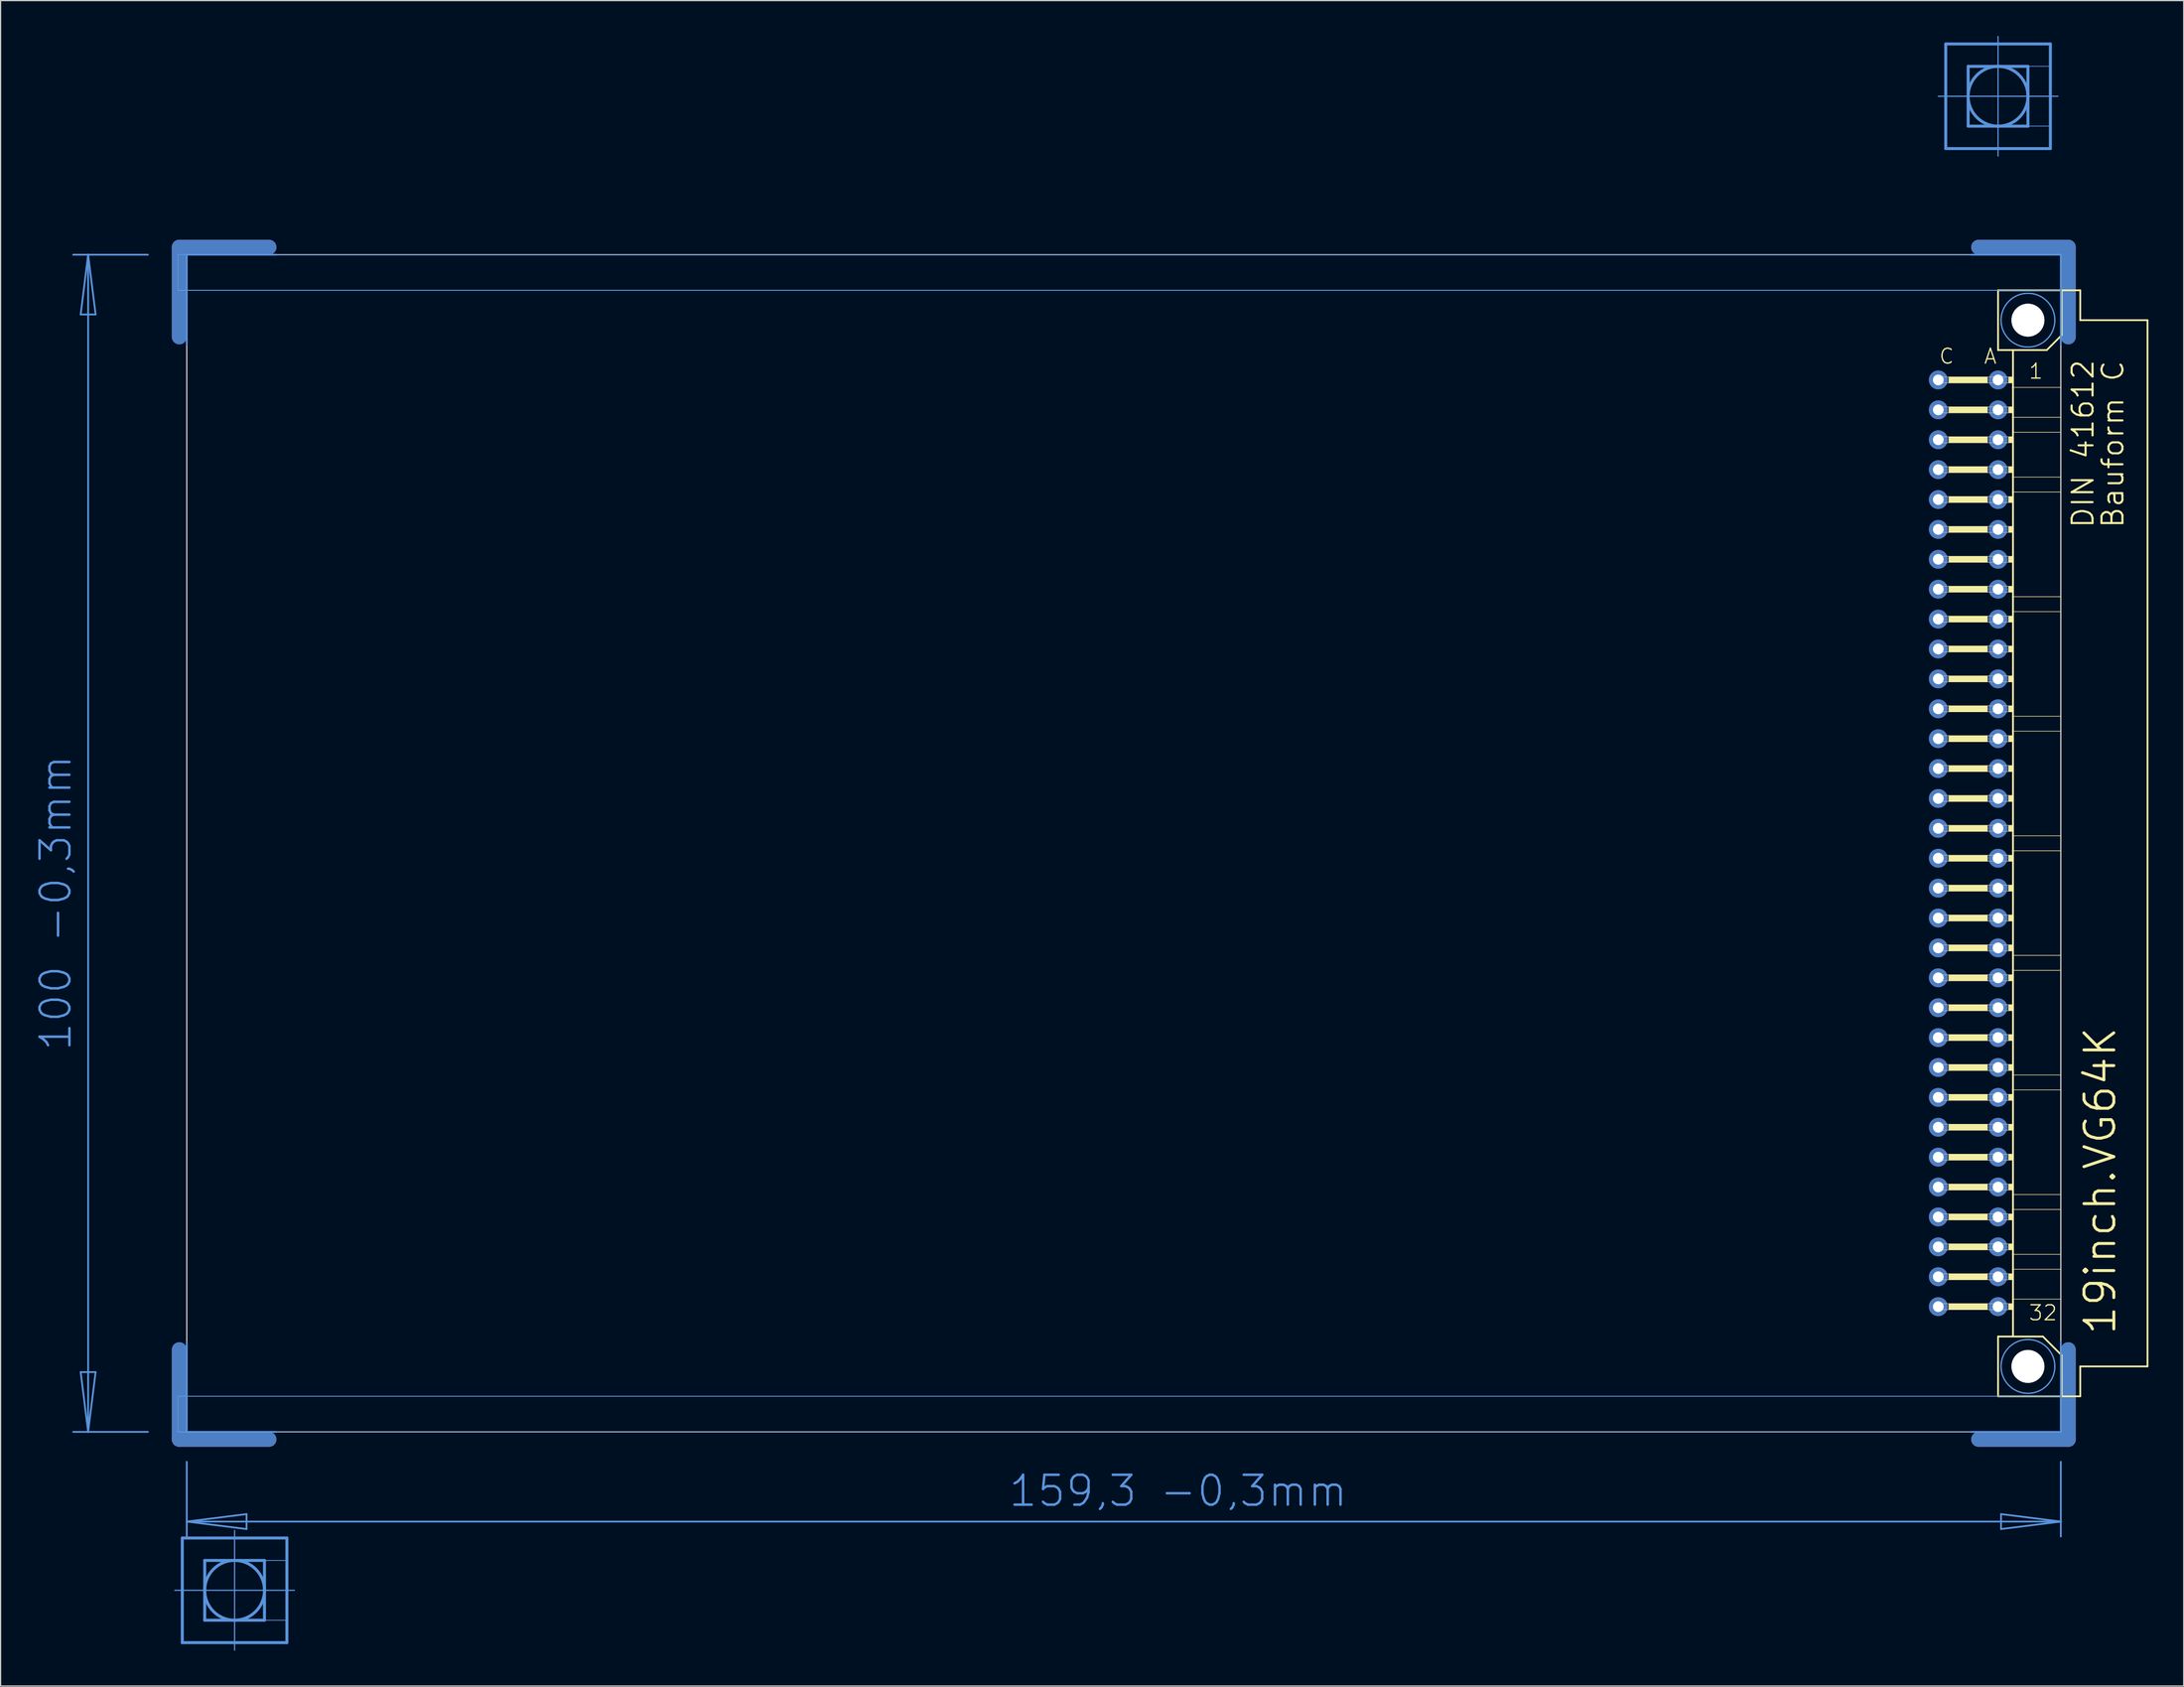
<source format=kicad_pcb>
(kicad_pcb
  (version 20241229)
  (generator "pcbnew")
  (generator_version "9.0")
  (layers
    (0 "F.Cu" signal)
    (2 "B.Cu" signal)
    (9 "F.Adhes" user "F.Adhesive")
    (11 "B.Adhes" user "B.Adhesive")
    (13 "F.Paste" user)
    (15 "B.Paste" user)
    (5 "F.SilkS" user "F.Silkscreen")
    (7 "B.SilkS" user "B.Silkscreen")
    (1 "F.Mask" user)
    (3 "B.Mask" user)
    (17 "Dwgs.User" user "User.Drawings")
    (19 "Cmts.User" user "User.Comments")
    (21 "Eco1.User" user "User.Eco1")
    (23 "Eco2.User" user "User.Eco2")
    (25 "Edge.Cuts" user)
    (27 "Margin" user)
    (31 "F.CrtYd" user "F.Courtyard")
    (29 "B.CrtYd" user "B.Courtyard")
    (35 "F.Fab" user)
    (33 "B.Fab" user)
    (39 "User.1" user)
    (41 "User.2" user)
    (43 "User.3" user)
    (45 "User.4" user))
  (footprint "19inch.VG64K"
    (layer "F.Cu")
    (at 11.806 68.605)
    (property "Reference" "19inch.VG64K" (at 165.1 41.91 90) (layer "F.SilkS") (effects (font (size 2.54 2.54) (thickness 0.25)) (justify left bottom)))
    (attr through_hole)
    (fp_line (start 0.381 -43.028) (end 0.381 -50.648) (stroke (width 1.27) (type default)) (layer "F.Cu"))
    (fp_line (start 0.381 43.028) (end 0.381 50.648) (stroke (width 1.27) (type default)) (layer "F.Cu"))
    (fp_line (start 8.001 -50.648) (end 0.381 -50.648) (stroke (width 1.27) (type default)) (layer "F.Cu"))
    (fp_line (start 8.001 50.648) (end 0.381 50.648) (stroke (width 1.27) (type default)) (layer "F.Cu"))
    (fp_line (start 153.289 -50.648) (end 160.909 -50.648) (stroke (width 1.27) (type default)) (layer "F.Cu"))
    (fp_line (start 153.289 50.648) (end 160.909 50.648) (stroke (width 1.27) (type default)) (layer "F.Cu"))
    (fp_line (start 160.909 -43.028) (end 160.909 -50.648) (stroke (width 1.27) (type default)) (layer "F.Cu"))
    (fp_line (start 160.909 43.028) (end 160.909 50.648) (stroke (width 1.27) (type default)) (layer "F.Cu"))
    (fp_line (start 1.016 -42.393) (end 1.016 -50.013) (stroke (width 0.152) (type default)) (layer "F.Mask"))
    (fp_line (start 1.016 42.393) (end 1.016 50.013) (stroke (width 0.152) (type default)) (layer "F.Mask"))
    (fp_line (start 8.636 -50.013) (end 1.016 -50.013) (stroke (width 0.152) (type default)) (layer "F.Mask"))
    (fp_line (start 8.636 50.013) (end 1.016 50.013) (stroke (width 0.152) (type default)) (layer "F.Mask"))
    (fp_line (start 152.654 -50.013) (end 160.274 -50.013) (stroke (width 0.152) (type default)) (layer "F.Mask"))
    (fp_line (start 152.654 50.013) (end 160.274 50.013) (stroke (width 0.152) (type default)) (layer "F.Mask"))
    (fp_line (start 160.274 -42.393) (end 160.274 -50.013) (stroke (width 0.152) (type default)) (layer "F.Mask"))
    (fp_line (start 160.274 42.393) (end 160.274 50.013) (stroke (width 0.152) (type default)) (layer "F.Mask"))
    (fp_line (start 0.381 -43.028) (end 0.381 -50.648) (stroke (width 1.27) (type default)) (layer "B.Cu"))
    (fp_line (start 0.381 43.028) (end 0.381 50.648) (stroke (width 1.27) (type default)) (layer "B.Cu"))
    (fp_line (start 8.001 -50.648) (end 0.381 -50.648) (stroke (width 1.27) (type default)) (layer "B.Cu"))
    (fp_line (start 8.001 50.648) (end 0.381 50.648) (stroke (width 1.27) (type default)) (layer "B.Cu"))
    (fp_line (start 153.289 -50.648) (end 160.909 -50.648) (stroke (width 1.27) (type default)) (layer "B.Cu"))
    (fp_line (start 153.289 50.648) (end 160.909 50.648) (stroke (width 1.27) (type default)) (layer "B.Cu"))
    (fp_line (start 160.909 -43.028) (end 160.909 -50.648) (stroke (width 1.27) (type default)) (layer "B.Cu"))
    (fp_line (start 160.909 43.028) (end 160.909 50.648) (stroke (width 1.27) (type default)) (layer "B.Cu"))
    (fp_line (start 1.016 -50.013) (end 8.636 -50.013) (stroke (width 0.152) (type default)) (layer "B.Mask"))
    (fp_line (start 1.016 -42.393) (end 1.016 -50.013) (stroke (width 0.152) (type default)) (layer "B.Mask"))
    (fp_line (start 1.016 50.013) (end 1.016 42.393) (stroke (width 0.152) (type default)) (layer "B.Mask"))
    (fp_line (start 8.636 50.013) (end 1.016 50.013) (stroke (width 0.152) (type default)) (layer "B.Mask"))
    (fp_line (start 152.654 -50.013) (end 160.274 -50.013) (stroke (width 0.152) (type default)) (layer "B.Mask"))
    (fp_line (start 160.274 -50.013) (end 160.274 -42.393) (stroke (width 0.152) (type default)) (layer "B.Mask"))
    (fp_line (start 160.274 42.393) (end 160.274 50.013) (stroke (width 0.152) (type default)) (layer "B.Mask"))
    (fp_line (start 160.274 50.013) (end 152.654 50.013) (stroke (width 0.152) (type default)) (layer "B.Mask"))
    (fp_line (start 154.94 -46.99) (end 154.94 -41.91) (stroke (width 0.152) (type default)) (layer "F.SilkS"))
    (fp_line (start 154.94 -41.91) (end 156.21 -41.91) (stroke (width 0.152) (type default)) (layer "F.SilkS"))
    (fp_line (start 154.94 41.91) (end 154.94 46.99) (stroke (width 0.152) (type default)) (layer "F.SilkS"))
    (fp_line (start 154.94 41.91) (end 156.21 41.91) (stroke (width 0.152) (type default)) (layer "F.SilkS"))
    (fp_line (start 154.94 46.99) (end 160.35 46.99) (stroke (width 0.152) (type default)) (layer "F.SilkS"))
    (fp_line (start 156.21 -41.91) (end 156.21 -38.735) (stroke (width 0.152) (type default)) (layer "F.SilkS"))
    (fp_line (start 156.21 -41.91) (end 159.08 -41.91) (stroke (width 0.152) (type default)) (layer "F.SilkS"))
    (fp_line (start 156.21 -38.735) (end 156.21 -36.195) (stroke (width 0.152) (type default)) (layer "F.SilkS"))
    (fp_line (start 156.21 -36.195) (end 156.21 -34.925) (stroke (width 0.152) (type default)) (layer "F.SilkS"))
    (fp_line (start 156.21 -34.925) (end 156.21 -31.115) (stroke (width 0.152) (type default)) (layer "F.SilkS"))
    (fp_line (start 156.21 -31.115) (end 156.21 -29.845) (stroke (width 0.152) (type default)) (layer "F.SilkS"))
    (fp_line (start 156.21 -29.845) (end 156.21 -20.955) (stroke (width 0.152) (type default)) (layer "F.SilkS"))
    (fp_line (start 156.21 -20.955) (end 156.21 -19.685) (stroke (width 0.152) (type default)) (layer "F.SilkS"))
    (fp_line (start 156.21 -19.685) (end 156.21 -10.795) (stroke (width 0.152) (type default)) (layer "F.SilkS"))
    (fp_line (start 156.21 -10.795) (end 156.21 -9.525) (stroke (width 0.152) (type default)) (layer "F.SilkS"))
    (fp_line (start 156.21 -9.525) (end 156.21 -0.635) (stroke (width 0.152) (type default)) (layer "F.SilkS"))
    (fp_line (start 156.21 -0.635) (end 156.21 0.635) (stroke (width 0.152) (type default)) (layer "F.SilkS"))
    (fp_line (start 156.21 0.635) (end 156.21 9.525) (stroke (width 0.152) (type default)) (layer "F.SilkS"))
    (fp_line (start 156.21 9.525) (end 156.21 10.795) (stroke (width 0.152) (type default)) (layer "F.SilkS"))
    (fp_line (start 156.21 10.795) (end 156.21 19.685) (stroke (width 0.152) (type default)) (layer "F.SilkS"))
    (fp_line (start 156.21 19.685) (end 156.21 20.955) (stroke (width 0.152) (type default)) (layer "F.SilkS"))
    (fp_line (start 156.21 20.955) (end 156.21 29.845) (stroke (width 0.152) (type default)) (layer "F.SilkS"))
    (fp_line (start 156.21 29.845) (end 156.21 31.115) (stroke (width 0.152) (type default)) (layer "F.SilkS"))
    (fp_line (start 156.21 31.115) (end 156.21 34.925) (stroke (width 0.152) (type default)) (layer "F.SilkS"))
    (fp_line (start 156.21 34.925) (end 156.21 36.195) (stroke (width 0.152) (type default)) (layer "F.SilkS"))
    (fp_line (start 156.21 36.195) (end 156.21 38.735) (stroke (width 0.152) (type default)) (layer "F.SilkS"))
    (fp_line (start 156.21 38.735) (end 156.21 41.91) (stroke (width 0.152) (type default)) (layer "F.SilkS"))
    (fp_line (start 156.21 41.91) (end 158.75 41.91) (stroke (width 0.152) (type default)) (layer "F.SilkS"))
    (fp_line (start 159.08 -41.91) (end 160.35 -43.18) (stroke (width 0.152) (type default)) (layer "F.SilkS"))
    (fp_line (start 160.274 -38.735) (end 156.21 -38.735) (stroke (width 0.051) (type default)) (layer "F.SilkS"))
    (fp_line (start 160.274 -38.735) (end 160.274 -36.195) (stroke (width 0.051) (type default)) (layer "F.SilkS"))
    (fp_line (start 160.274 -36.195) (end 156.21 -36.195) (stroke (width 0.051) (type default)) (layer "F.SilkS"))
    (fp_line (start 160.274 -34.925) (end 156.21 -34.925) (stroke (width 0.051) (type default)) (layer "F.SilkS"))
    (fp_line (start 160.274 -34.925) (end 160.274 -31.115) (stroke (width 0.051) (type default)) (layer "F.SilkS"))
    (fp_line (start 160.274 -31.115) (end 156.21 -31.115) (stroke (width 0.051) (type default)) (layer "F.SilkS"))
    (fp_line (start 160.274 -29.845) (end 156.21 -29.845) (stroke (width 0.051) (type default)) (layer "F.SilkS"))
    (fp_line (start 160.274 -29.845) (end 160.274 -20.955) (stroke (width 0.051) (type default)) (layer "F.SilkS"))
    (fp_line (start 160.274 -20.955) (end 156.21 -20.955) (stroke (width 0.051) (type default)) (layer "F.SilkS"))
    (fp_line (start 160.274 -19.685) (end 156.21 -19.685) (stroke (width 0.051) (type default)) (layer "F.SilkS"))
    (fp_line (start 160.274 -19.685) (end 160.274 -10.795) (stroke (width 0.051) (type default)) (layer "F.SilkS"))
    (fp_line (start 160.274 -10.795) (end 156.21 -10.795) (stroke (width 0.051) (type default)) (layer "F.SilkS"))
    (fp_line (start 160.274 -9.525) (end 156.21 -9.525) (stroke (width 0.051) (type default)) (layer "F.SilkS"))
    (fp_line (start 160.274 -9.525) (end 160.274 -0.635) (stroke (width 0.051) (type default)) (layer "F.SilkS"))
    (fp_line (start 160.274 -0.635) (end 156.21 -0.635) (stroke (width 0.051) (type default)) (layer "F.SilkS"))
    (fp_line (start 160.274 0.635) (end 156.21 0.635) (stroke (width 0.051) (type default)) (layer "F.SilkS"))
    (fp_line (start 160.274 0.635) (end 160.274 9.525) (stroke (width 0.051) (type default)) (layer "F.SilkS"))
    (fp_line (start 160.274 9.525) (end 156.21 9.525) (stroke (width 0.051) (type default)) (layer "F.SilkS"))
    (fp_line (start 160.274 10.795) (end 156.21 10.795) (stroke (width 0.051) (type default)) (layer "F.SilkS"))
    (fp_line (start 160.274 10.795) (end 160.274 19.685) (stroke (width 0.051) (type default)) (layer "F.SilkS"))
    (fp_line (start 160.274 19.685) (end 156.21 19.685) (stroke (width 0.051) (type default)) (layer "F.SilkS"))
    (fp_line (start 160.274 20.955) (end 156.21 20.955) (stroke (width 0.051) (type default)) (layer "F.SilkS"))
    (fp_line (start 160.274 20.955) (end 160.274 29.845) (stroke (width 0.051) (type default)) (layer "F.SilkS"))
    (fp_line (start 160.274 29.845) (end 156.21 29.845) (stroke (width 0.051) (type default)) (layer "F.SilkS"))
    (fp_line (start 160.274 31.115) (end 156.21 31.115) (stroke (width 0.051) (type default)) (layer "F.SilkS"))
    (fp_line (start 160.274 31.115) (end 160.274 34.925) (stroke (width 0.051) (type default)) (layer "F.SilkS"))
    (fp_line (start 160.274 34.925) (end 156.21 34.925) (stroke (width 0.051) (type default)) (layer "F.SilkS"))
    (fp_line (start 160.274 36.195) (end 156.21 36.195) (stroke (width 0.051) (type default)) (layer "F.SilkS"))
    (fp_line (start 160.274 36.195) (end 160.274 38.735) (stroke (width 0.051) (type default)) (layer "F.SilkS"))
    (fp_line (start 160.274 38.735) (end 156.21 38.735) (stroke (width 0.051) (type default)) (layer "F.SilkS"))
    (fp_line (start 160.35 -46.99) (end 154.94 -46.99) (stroke (width 0.152) (type default)) (layer "F.SilkS"))
    (fp_line (start 160.35 -43.18) (end 160.35 -46.99) (stroke (width 0.152) (type default)) (layer "F.SilkS"))
    (fp_line (start 160.35 43.51) (end 158.75 41.91) (stroke (width 0.152) (type default)) (layer "F.SilkS"))
    (fp_line (start 160.35 43.51) (end 160.35 46.99) (stroke (width 0.152) (type default)) (layer "F.SilkS"))
    (fp_line (start 160.35 46.99) (end 161.925 46.99) (stroke (width 0.152) (type default)) (layer "F.SilkS"))
    (fp_line (start 161.925 -46.99) (end 160.35 -46.99) (stroke (width 0.152) (type default)) (layer "F.SilkS"))
    (fp_line (start 161.925 -44.45) (end 161.925 -46.99) (stroke (width 0.152) (type default)) (layer "F.SilkS"))
    (fp_line (start 161.925 44.45) (end 167.64 44.45) (stroke (width 0.152) (type default)) (layer "F.SilkS"))
    (fp_line (start 161.925 46.99) (end 161.925 44.45) (stroke (width 0.152) (type default)) (layer "F.SilkS"))
    (fp_line (start 167.64 -44.45) (end 161.925 -44.45) (stroke (width 0.152) (type default)) (layer "F.SilkS"))
    (fp_line (start 167.64 44.45) (end 167.64 -44.45) (stroke (width 0.152) (type default)) (layer "F.SilkS"))
    (fp_rect (start 150.749 -39.116) (end 154.051 -39.624) (stroke (width 0.05) (type default)) (fill yes) (layer "F.SilkS"))
    (fp_rect (start 150.749 -36.576) (end 154.051 -37.084) (stroke (width 0.05) (type default)) (fill yes) (layer "F.SilkS"))
    (fp_rect (start 150.749 -34.036) (end 154.051 -34.544) (stroke (width 0.05) (type default)) (fill yes) (layer "F.SilkS"))
    (fp_rect (start 150.749 -31.496) (end 154.051 -32.004) (stroke (width 0.05) (type default)) (fill yes) (layer "F.SilkS"))
    (fp_rect (start 150.749 -28.956) (end 154.051 -29.464) (stroke (width 0.05) (type default)) (fill yes) (layer "F.SilkS"))
    (fp_rect (start 150.749 -26.416) (end 154.051 -26.924) (stroke (width 0.05) (type default)) (fill yes) (layer "F.SilkS"))
    (fp_rect (start 150.749 -23.876) (end 154.051 -24.384) (stroke (width 0.05) (type default)) (fill yes) (layer "F.SilkS"))
    (fp_rect (start 150.749 -21.336) (end 154.051 -21.844) (stroke (width 0.05) (type default)) (fill yes) (layer "F.SilkS"))
    (fp_rect (start 150.749 -18.796) (end 154.051 -19.304) (stroke (width 0.05) (type default)) (fill yes) (layer "F.SilkS"))
    (fp_rect (start 150.749 -16.256) (end 154.051 -16.764) (stroke (width 0.05) (type default)) (fill yes) (layer "F.SilkS"))
    (fp_rect (start 150.749 -13.716) (end 154.051 -14.224) (stroke (width 0.05) (type default)) (fill yes) (layer "F.SilkS"))
    (fp_rect (start 150.749 -11.176) (end 154.051 -11.684) (stroke (width 0.05) (type default)) (fill yes) (layer "F.SilkS"))
    (fp_rect (start 150.749 -8.636) (end 154.051 -9.144) (stroke (width 0.05) (type default)) (fill yes) (layer "F.SilkS"))
    (fp_rect (start 150.749 -6.096) (end 154.051 -6.604) (stroke (width 0.05) (type default)) (fill yes) (layer "F.SilkS"))
    (fp_rect (start 150.749 -3.556) (end 154.051 -4.064) (stroke (width 0.05) (type default)) (fill yes) (layer "F.SilkS"))
    (fp_rect (start 150.749 -1.016) (end 154.051 -1.524) (stroke (width 0.05) (type default)) (fill yes) (layer "F.SilkS"))
    (fp_rect (start 150.749 1.524) (end 154.051 1.016) (stroke (width 0.05) (type default)) (fill yes) (layer "F.SilkS"))
    (fp_rect (start 150.749 4.064) (end 154.051 3.556) (stroke (width 0.05) (type default)) (fill yes) (layer "F.SilkS"))
    (fp_rect (start 150.749 6.604) (end 154.051 6.096) (stroke (width 0.05) (type default)) (fill yes) (layer "F.SilkS"))
    (fp_rect (start 150.749 9.144) (end 154.051 8.636) (stroke (width 0.05) (type default)) (fill yes) (layer "F.SilkS"))
    (fp_rect (start 150.749 11.684) (end 154.051 11.176) (stroke (width 0.05) (type default)) (fill yes) (layer "F.SilkS"))
    (fp_rect (start 150.749 14.224) (end 154.051 13.716) (stroke (width 0.05) (type default)) (fill yes) (layer "F.SilkS"))
    (fp_rect (start 150.749 16.764) (end 154.051 16.256) (stroke (width 0.05) (type default)) (fill yes) (layer "F.SilkS"))
    (fp_rect (start 150.749 19.304) (end 154.051 18.796) (stroke (width 0.05) (type default)) (fill yes) (layer "F.SilkS"))
    (fp_rect (start 150.749 21.844) (end 154.051 21.336) (stroke (width 0.05) (type default)) (fill yes) (layer "F.SilkS"))
    (fp_rect (start 150.749 24.384) (end 154.051 23.876) (stroke (width 0.05) (type default)) (fill yes) (layer "F.SilkS"))
    (fp_rect (start 150.749 26.924) (end 154.051 26.416) (stroke (width 0.05) (type default)) (fill yes) (layer "F.SilkS"))
    (fp_rect (start 150.749 29.464) (end 154.051 28.956) (stroke (width 0.05) (type default)) (fill yes) (layer "F.SilkS"))
    (fp_rect (start 150.749 32.004) (end 154.051 31.496) (stroke (width 0.05) (type default)) (fill yes) (layer "F.SilkS"))
    (fp_rect (start 150.749 34.544) (end 154.051 34.036) (stroke (width 0.05) (type default)) (fill yes) (layer "F.SilkS"))
    (fp_rect (start 150.749 37.084) (end 154.051 36.576) (stroke (width 0.05) (type default)) (fill yes) (layer "F.SilkS"))
    (fp_rect (start 150.749 39.624) (end 154.051 39.116) (stroke (width 0.05) (type default)) (fill yes) (layer "F.SilkS"))
    (fp_rect (start 155.829 -39.116) (end 156.21 -39.624) (stroke (width 0.05) (type default)) (fill yes) (layer "F.SilkS"))
    (fp_rect (start 155.829 -36.576) (end 156.21 -37.084) (stroke (width 0.05) (type default)) (fill yes) (layer "F.SilkS"))
    (fp_rect (start 155.829 -34.036) (end 156.21 -34.544) (stroke (width 0.05) (type default)) (fill yes) (layer "F.SilkS"))
    (fp_rect (start 155.829 -31.496) (end 156.21 -32.004) (stroke (width 0.05) (type default)) (fill yes) (layer "F.SilkS"))
    (fp_rect (start 155.829 -28.956) (end 156.21 -29.464) (stroke (width 0.05) (type default)) (fill yes) (layer "F.SilkS"))
    (fp_rect (start 155.829 -26.416) (end 156.21 -26.924) (stroke (width 0.05) (type default)) (fill yes) (layer "F.SilkS"))
    (fp_rect (start 155.829 -23.876) (end 156.21 -24.384) (stroke (width 0.05) (type default)) (fill yes) (layer "F.SilkS"))
    (fp_rect (start 155.829 -21.336) (end 156.21 -21.844) (stroke (width 0.05) (type default)) (fill yes) (layer "F.SilkS"))
    (fp_rect (start 155.829 -18.796) (end 156.21 -19.304) (stroke (width 0.05) (type default)) (fill yes) (layer "F.SilkS"))
    (fp_rect (start 155.829 -16.256) (end 156.21 -16.764) (stroke (width 0.05) (type default)) (fill yes) (layer "F.SilkS"))
    (fp_rect (start 155.829 -13.716) (end 156.21 -14.224) (stroke (width 0.05) (type default)) (fill yes) (layer "F.SilkS"))
    (fp_rect (start 155.829 -11.176) (end 156.21 -11.684) (stroke (width 0.05) (type default)) (fill yes) (layer "F.SilkS"))
    (fp_rect (start 155.829 -8.636) (end 156.21 -9.144) (stroke (width 0.05) (type default)) (fill yes) (layer "F.SilkS"))
    (fp_rect (start 155.829 -6.096) (end 156.21 -6.604) (stroke (width 0.05) (type default)) (fill yes) (layer "F.SilkS"))
    (fp_rect (start 155.829 -3.556) (end 156.21 -4.064) (stroke (width 0.05) (type default)) (fill yes) (layer "F.SilkS"))
    (fp_rect (start 155.829 -1.016) (end 156.21 -1.524) (stroke (width 0.05) (type default)) (fill yes) (layer "F.SilkS"))
    (fp_rect (start 155.829 1.524) (end 156.21 1.016) (stroke (width 0.05) (type default)) (fill yes) (layer "F.SilkS"))
    (fp_rect (start 155.829 4.064) (end 156.21 3.556) (stroke (width 0.05) (type default)) (fill yes) (layer "F.SilkS"))
    (fp_rect (start 155.829 6.604) (end 156.21 6.096) (stroke (width 0.05) (type default)) (fill yes) (layer "F.SilkS"))
    (fp_rect (start 155.829 9.144) (end 156.21 8.636) (stroke (width 0.05) (type default)) (fill yes) (layer "F.SilkS"))
    (fp_rect (start 155.829 11.684) (end 156.21 11.176) (stroke (width 0.05) (type default)) (fill yes) (layer "F.SilkS"))
    (fp_rect (start 155.829 14.224) (end 156.21 13.716) (stroke (width 0.05) (type default)) (fill yes) (layer "F.SilkS"))
    (fp_rect (start 155.829 16.764) (end 156.21 16.256) (stroke (width 0.05) (type default)) (fill yes) (layer "F.SilkS"))
    (fp_rect (start 155.829 19.304) (end 156.21 18.796) (stroke (width 0.05) (type default)) (fill yes) (layer "F.SilkS"))
    (fp_rect (start 155.829 21.844) (end 156.21 21.336) (stroke (width 0.05) (type default)) (fill yes) (layer "F.SilkS"))
    (fp_rect (start 155.829 24.384) (end 156.21 23.876) (stroke (width 0.05) (type default)) (fill yes) (layer "F.SilkS"))
    (fp_rect (start 155.829 26.924) (end 156.21 26.416) (stroke (width 0.05) (type default)) (fill yes) (layer "F.SilkS"))
    (fp_rect (start 155.829 29.464) (end 156.21 28.956) (stroke (width 0.05) (type default)) (fill yes) (layer "F.SilkS"))
    (fp_rect (start 155.829 32.004) (end 156.21 31.496) (stroke (width 0.05) (type default)) (fill yes) (layer "F.SilkS"))
    (fp_rect (start 155.829 34.544) (end 156.21 34.036) (stroke (width 0.05) (type default)) (fill yes) (layer "F.SilkS"))
    (fp_rect (start 155.829 37.084) (end 156.21 36.576) (stroke (width 0.05) (type default)) (fill yes) (layer "F.SilkS"))
    (fp_rect (start 155.829 39.624) (end 156.21 39.116) (stroke (width 0.05) (type default)) (fill yes) (layer "F.SilkS"))
    (fp_circle (center 157.48 -44.45) (end 158.75 -44.45) (stroke (width 0.152) (type default)) (fill no) (layer "F.SilkS"))
    (fp_circle (center 157.48 44.45) (end 158.75 44.45) (stroke (width 0.152) (type default)) (fill no) (layer "F.SilkS"))
    (fp_line (start -8.636 -50.013) (end -7.366 -50.013) (stroke (width 0.152) (type default)) (layer "Cmts.User"))
    (fp_line (start -8.636 50.013) (end -7.366 50.013) (stroke (width 0.152) (type default)) (layer "Cmts.User"))
    (fp_line (start -8.001 -44.933) (end -7.366 -50.013) (stroke (width 0.152) (type default)) (layer "Cmts.User"))
    (fp_line (start -8.001 44.933) (end -6.731 44.933) (stroke (width 0.152) (type default)) (layer "Cmts.User"))
    (fp_line (start -7.366 -50.013) (end -6.731 -44.933) (stroke (width 0.152) (type default)) (layer "Cmts.User"))
    (fp_line (start -7.366 -50.013) (end -2.286 -50.013) (stroke (width 0.152) (type default)) (layer "Cmts.User"))
    (fp_line (start -7.366 50.013) (end -8.001 44.933) (stroke (width 0.152) (type default)) (layer "Cmts.User"))
    (fp_line (start -7.366 50.013) (end -7.366 -50.013) (stroke (width 0.152) (type default)) (layer "Cmts.User"))
    (fp_line (start -7.366 50.013) (end -2.286 50.013) (stroke (width 0.152) (type default)) (layer "Cmts.User"))
    (fp_line (start -6.731 -44.933) (end -8.001 -44.933) (stroke (width 0.152) (type default)) (layer "Cmts.User"))
    (fp_line (start -6.731 44.933) (end -7.366 50.013) (stroke (width 0.152) (type default)) (layer "Cmts.User"))
    (fp_line (start 0 63.475) (end 0.635 63.475) (stroke (width 0.102) (type default)) (layer "Cmts.User"))
    (fp_line (start 0.635 59.03) (end 9.525 59.03) (stroke (width 0.254) (type default)) (layer "Cmts.User"))
    (fp_line (start 0.635 63.475) (end 0.635 59.03) (stroke (width 0.254) (type default)) (layer "Cmts.User"))
    (fp_line (start 0.635 63.475) (end 10.16 63.475) (stroke (width 0.102) (type default)) (layer "Cmts.User"))
    (fp_line (start 0.635 67.92) (end 0.635 63.475) (stroke (width 0.254) (type default)) (layer "Cmts.User"))
    (fp_line (start 1.016 -50.013) (end 8.636 -50.013) (stroke (width 0.152) (type default)) (layer "Cmts.User"))
    (fp_line (start 1.016 -42.393) (end 1.016 -50.013) (stroke (width 0.152) (type default)) (layer "Cmts.User"))
    (fp_line (start 1.016 50.013) (end 1.016 42.393) (stroke (width 0.152) (type default)) (layer "Cmts.User"))
    (fp_line (start 1.016 57.633) (end 1.016 52.553) (stroke (width 0.152) (type default)) (layer "Cmts.User"))
    (fp_line (start 1.016 57.633) (end 6.096 56.998) (stroke (width 0.152) (type default)) (layer "Cmts.User"))
    (fp_line (start 1.016 57.633) (end 160.274 57.633) (stroke (width 0.152) (type default)) (layer "Cmts.User"))
    (fp_line (start 1.016 58.903) (end 1.016 57.633) (stroke (width 0.152) (type default)) (layer "Cmts.User"))
    (fp_line (start 2.54 60.935) (end 2.54 66.015) (stroke (width 0.254) (type default)) (layer "Cmts.User"))
    (fp_line (start 2.54 66.015) (end 7.62 66.015) (stroke (width 0.254) (type default)) (layer "Cmts.User"))
    (fp_line (start 5.08 68.555) (end 5.08 58.395) (stroke (width 0.102) (type default)) (layer "Cmts.User"))
    (fp_line (start 6.096 56.998) (end 6.096 58.268) (stroke (width 0.152) (type default)) (layer "Cmts.User"))
    (fp_line (start 6.096 58.268) (end 1.016 57.633) (stroke (width 0.152) (type default)) (layer "Cmts.User"))
    (fp_line (start 7.62 60.935) (end 2.54 60.935) (stroke (width 0.254) (type default)) (layer "Cmts.User"))
    (fp_line (start 7.62 66.015) (end 7.62 60.935) (stroke (width 0.254) (type default)) (layer "Cmts.User"))
    (fp_line (start 8.636 50.013) (end 1.016 50.013) (stroke (width 0.152) (type default)) (layer "Cmts.User"))
    (fp_line (start 9.525 59.03) (end 9.525 67.92) (stroke (width 0.254) (type default)) (layer "Cmts.User"))
    (fp_line (start 9.525 67.92) (end 0.635 67.92) (stroke (width 0.254) (type default)) (layer "Cmts.User"))
    (fp_line (start 149.86 -63.475) (end 150.495 -63.475) (stroke (width 0.102) (type default)) (layer "Cmts.User"))
    (fp_line (start 150.495 -67.92) (end 159.385 -67.92) (stroke (width 0.254) (type default)) (layer "Cmts.User"))
    (fp_line (start 150.495 -63.475) (end 150.495 -67.92) (stroke (width 0.254) (type default)) (layer "Cmts.User"))
    (fp_line (start 150.495 -63.475) (end 160.02 -63.475) (stroke (width 0.102) (type default)) (layer "Cmts.User"))
    (fp_line (start 150.495 -59.03) (end 150.495 -63.475) (stroke (width 0.254) (type default)) (layer "Cmts.User"))
    (fp_line (start 152.4 -66.015) (end 152.4 -60.935) (stroke (width 0.254) (type default)) (layer "Cmts.User"))
    (fp_line (start 152.4 -60.935) (end 157.48 -60.935) (stroke (width 0.254) (type default)) (layer "Cmts.User"))
    (fp_line (start 152.654 -50.013) (end 160.274 -50.013) (stroke (width 0.152) (type default)) (layer "Cmts.User"))
    (fp_line (start 154.94 -58.395) (end 154.94 -68.555) (stroke (width 0.102) (type default)) (layer "Cmts.User"))
    (fp_line (start 155.194 56.998) (end 160.274 57.633) (stroke (width 0.152) (type default)) (layer "Cmts.User"))
    (fp_line (start 155.194 58.268) (end 155.194 56.998) (stroke (width 0.152) (type default)) (layer "Cmts.User"))
    (fp_line (start 157.48 -66.015) (end 152.4 -66.015) (stroke (width 0.254) (type default)) (layer "Cmts.User"))
    (fp_line (start 157.48 -60.935) (end 157.48 -66.015) (stroke (width 0.254) (type default)) (layer "Cmts.User"))
    (fp_line (start 159.385 -67.92) (end 159.385 -59.03) (stroke (width 0.254) (type default)) (layer "Cmts.User"))
    (fp_line (start 159.385 -59.03) (end 150.495 -59.03) (stroke (width 0.254) (type default)) (layer "Cmts.User"))
    (fp_line (start 160.274 -50.013) (end 160.274 -42.393) (stroke (width 0.152) (type default)) (layer "Cmts.User"))
    (fp_line (start 160.274 42.393) (end 160.274 50.013) (stroke (width 0.152) (type default)) (layer "Cmts.User"))
    (fp_line (start 160.274 50.013) (end 152.654 50.013) (stroke (width 0.152) (type default)) (layer "Cmts.User"))
    (fp_line (start 160.274 57.633) (end 155.194 58.268) (stroke (width 0.152) (type default)) (layer "Cmts.User"))
    (fp_line (start 160.274 57.633) (end 160.274 52.553) (stroke (width 0.152) (type default)) (layer "Cmts.User"))
    (fp_line (start 160.274 58.903) (end 160.274 57.633) (stroke (width 0.152) (type default)) (layer "Cmts.User"))
    (fp_rect (start 0.254 -46.99) (end 160.274 -50.013) (stroke (width 0.05) (type default)) (fill no) (layer "Cmts.User"))
    (fp_rect (start 0.254 50.013) (end 160.274 46.99) (stroke (width 0.05) (type default)) (fill no) (layer "Cmts.User"))
    (fp_rect (start 5.08 60.935) (end 9.525 59.03) (stroke (width 0.05) (type default)) (fill no) (layer "Cmts.User"))
    (fp_rect (start 5.08 67.92) (end 9.525 66.015) (stroke (width 0.05) (type default)) (fill no) (layer "Cmts.User"))
    (fp_rect (start 7.62 66.015) (end 9.525 60.935) (stroke (width 0.05) (type default)) (fill no) (layer "Cmts.User"))
    (fp_rect (start 154.94 -66.015) (end 159.385 -67.92) (stroke (width 0.05) (type default)) (fill no) (layer "Cmts.User"))
    (fp_rect (start 154.94 -59.03) (end 159.385 -60.935) (stroke (width 0.05) (type default)) (fill no) (layer "Cmts.User"))
    (fp_rect (start 157.48 -60.935) (end 159.385 -66.015) (stroke (width 0.05) (type default)) (fill no) (layer "Cmts.User"))
    (fp_circle (center 5.08 63.475) (end 7.62 63.475) (stroke (width 0.254) (type default)) (fill no) (layer "Cmts.User"))
    (fp_circle (center 154.94 -63.475) (end 157.48 -63.475) (stroke (width 0.254) (type default)) (fill no) (layer "Cmts.User"))
    (fp_circle (center 157.48 -44.45) (end 159.766 -44.45) (stroke (width 0.1) (type default)) (fill no) (layer "Cmts.User"))
    (fp_circle (center 157.48 -44.45) (end 159.766 -44.45) (stroke (width 0.1) (type default)) (fill no) (layer "Cmts.User"))
    (fp_circle (center 157.48 44.45) (end 159.766 44.45) (stroke (width 0.1) (type default)) (fill no) (layer "Cmts.User"))
    (fp_circle (center 157.48 44.45) (end 159.766 44.45) (stroke (width 0.1) (type default)) (fill no) (layer "Cmts.User"))
    (fp_line (start 1.016 -50.013) (end 1.016 50.013) (stroke (width 0.1) (type default)) (layer "Edge.Cuts"))
    (fp_line (start 1.016 50.013) (end 160.274 50.013) (stroke (width 0.1) (type default)) (layer "Edge.Cuts"))
    (fp_line (start 160.274 -50.013) (end 1.016 -50.013) (stroke (width 0.1) (type default)) (layer "Edge.Cuts"))
    (fp_line (start 160.274 50.013) (end 160.274 -50.013) (stroke (width 0.1) (type default)) (layer "Edge.Cuts"))
    (fp_line (start 1.016 -46.99) (end 1.016 -50.013) (stroke (width 0.051) (type default)) (layer "B.CrtYd"))
    (fp_line (start 1.016 46.99) (end 1.016 50.013) (stroke (width 0.051) (type default)) (layer "B.CrtYd"))
    (fp_line (start 160.274 -50.013) (end 160.274 -46.99) (stroke (width 0.051) (type default)) (layer "B.CrtYd"))
    (fp_line (start 160.274 50.013) (end 160.274 46.99) (stroke (width 0.051) (type default)) (layer "B.CrtYd"))
    (fp_rect (start 0.254 -46.99) (end 160.274 -50.013) (stroke (width 0.05) (type default)) (fill no) (layer "B.CrtYd"))
    (fp_rect (start 0.254 50.013) (end 160.274 46.99) (stroke (width 0.05) (type default)) (fill no) (layer "B.CrtYd"))
    (fp_line (start 1.016 -46.99) (end 1.016 -50.013) (stroke (width 0.051) (type default)) (layer "F.CrtYd"))
    (fp_line (start 1.016 46.99) (end 1.016 50.013) (stroke (width 0.051) (type default)) (layer "F.CrtYd"))
    (fp_line (start 160.274 -50.013) (end 160.274 -46.99) (stroke (width 0.051) (type default)) (layer "F.CrtYd"))
    (fp_line (start 160.274 50.013) (end 160.274 46.99) (stroke (width 0.051) (type default)) (layer "F.CrtYd"))
    (fp_rect (start 0.254 -46.99) (end 160.274 -50.013) (stroke (width 0.05) (type default)) (fill no) (layer "F.CrtYd"))
    (fp_rect (start 0.254 50.013) (end 160.274 46.99) (stroke (width 0.05) (type default)) (fill no) (layer "F.CrtYd"))
    (fp_rect (start 149.606 -39.116) (end 150.749 -39.624) (stroke (width 0.05) (type default)) (fill no) (layer "F.Fab"))
    (fp_rect (start 149.606 -36.576) (end 150.749 -37.084) (stroke (width 0.05) (type default)) (fill no) (layer "F.Fab"))
    (fp_rect (start 149.606 -34.036) (end 150.749 -34.544) (stroke (width 0.05) (type default)) (fill no) (layer "F.Fab"))
    (fp_rect (start 149.606 -31.496) (end 150.749 -32.004) (stroke (width 0.05) (type default)) (fill no) (layer "F.Fab"))
    (fp_rect (start 149.606 -28.956) (end 150.749 -29.464) (stroke (width 0.05) (type default)) (fill no) (layer "F.Fab"))
    (fp_rect (start 149.606 -26.416) (end 150.749 -26.924) (stroke (width 0.05) (type default)) (fill no) (layer "F.Fab"))
    (fp_rect (start 149.606 -23.876) (end 150.749 -24.384) (stroke (width 0.05) (type default)) (fill no) (layer "F.Fab"))
    (fp_rect (start 149.606 -21.336) (end 150.749 -21.844) (stroke (width 0.05) (type default)) (fill no) (layer "F.Fab"))
    (fp_rect (start 149.606 -18.796) (end 150.749 -19.304) (stroke (width 0.05) (type default)) (fill no) (layer "F.Fab"))
    (fp_rect (start 149.606 -16.256) (end 150.749 -16.764) (stroke (width 0.05) (type default)) (fill no) (layer "F.Fab"))
    (fp_rect (start 149.606 -13.716) (end 150.749 -14.224) (stroke (width 0.05) (type default)) (fill no) (layer "F.Fab"))
    (fp_rect (start 149.606 -11.176) (end 150.749 -11.684) (stroke (width 0.05) (type default)) (fill no) (layer "F.Fab"))
    (fp_rect (start 149.606 -8.636) (end 150.749 -9.144) (stroke (width 0.05) (type default)) (fill no) (layer "F.Fab"))
    (fp_rect (start 149.606 -6.096) (end 150.749 -6.604) (stroke (width 0.05) (type default)) (fill no) (layer "F.Fab"))
    (fp_rect (start 149.606 -3.556) (end 150.749 -4.064) (stroke (width 0.05) (type default)) (fill no) (layer "F.Fab"))
    (fp_rect (start 149.606 -1.016) (end 150.749 -1.524) (stroke (width 0.05) (type default)) (fill no) (layer "F.Fab"))
    (fp_rect (start 149.606 1.524) (end 150.749 1.016) (stroke (width 0.05) (type default)) (fill no) (layer "F.Fab"))
    (fp_rect (start 149.606 4.064) (end 150.749 3.556) (stroke (width 0.05) (type default)) (fill no) (layer "F.Fab"))
    (fp_rect (start 149.606 6.604) (end 150.749 6.096) (stroke (width 0.05) (type default)) (fill no) (layer "F.Fab"))
    (fp_rect (start 149.606 9.144) (end 150.749 8.636) (stroke (width 0.05) (type default)) (fill no) (layer "F.Fab"))
    (fp_rect (start 149.606 11.684) (end 150.749 11.176) (stroke (width 0.05) (type default)) (fill no) (layer "F.Fab"))
    (fp_rect (start 149.606 14.224) (end 150.749 13.716) (stroke (width 0.05) (type default)) (fill no) (layer "F.Fab"))
    (fp_rect (start 149.606 16.764) (end 150.749 16.256) (stroke (width 0.05) (type default)) (fill no) (layer "F.Fab"))
    (fp_rect (start 149.606 19.304) (end 150.749 18.796) (stroke (width 0.05) (type default)) (fill no) (layer "F.Fab"))
    (fp_rect (start 149.606 21.844) (end 150.749 21.336) (stroke (width 0.05) (type default)) (fill no) (layer "F.Fab"))
    (fp_rect (start 149.606 24.384) (end 150.749 23.876) (stroke (width 0.05) (type default)) (fill no) (layer "F.Fab"))
    (fp_rect (start 149.606 26.924) (end 150.749 26.416) (stroke (width 0.05) (type default)) (fill no) (layer "F.Fab"))
    (fp_rect (start 149.606 29.464) (end 150.749 28.956) (stroke (width 0.05) (type default)) (fill no) (layer "F.Fab"))
    (fp_rect (start 149.606 32.004) (end 150.749 31.496) (stroke (width 0.05) (type default)) (fill no) (layer "F.Fab"))
    (fp_rect (start 149.606 34.544) (end 150.749 34.036) (stroke (width 0.05) (type default)) (fill no) (layer "F.Fab"))
    (fp_rect (start 149.606 37.084) (end 150.749 36.576) (stroke (width 0.05) (type default)) (fill no) (layer "F.Fab"))
    (fp_rect (start 149.606 39.624) (end 150.749 39.116) (stroke (width 0.05) (type default)) (fill no) (layer "F.Fab"))
    (fp_rect (start 154.051 -39.116) (end 155.829 -39.624) (stroke (width 0.05) (type default)) (fill no) (layer "F.Fab"))
    (fp_rect (start 154.051 -36.576) (end 155.829 -37.084) (stroke (width 0.05) (type default)) (fill no) (layer "F.Fab"))
    (fp_rect (start 154.051 -34.036) (end 155.829 -34.544) (stroke (width 0.05) (type default)) (fill no) (layer "F.Fab"))
    (fp_rect (start 154.051 -31.496) (end 155.829 -32.004) (stroke (width 0.05) (type default)) (fill no) (layer "F.Fab"))
    (fp_rect (start 154.051 -28.956) (end 155.829 -29.464) (stroke (width 0.05) (type default)) (fill no) (layer "F.Fab"))
    (fp_rect (start 154.051 -26.416) (end 155.829 -26.924) (stroke (width 0.05) (type default)) (fill no) (layer "F.Fab"))
    (fp_rect (start 154.051 -23.876) (end 155.829 -24.384) (stroke (width 0.05) (type default)) (fill no) (layer "F.Fab"))
    (fp_rect (start 154.051 -21.336) (end 155.829 -21.844) (stroke (width 0.05) (type default)) (fill no) (layer "F.Fab"))
    (fp_rect (start 154.051 -18.796) (end 155.829 -19.304) (stroke (width 0.05) (type default)) (fill no) (layer "F.Fab"))
    (fp_rect (start 154.051 -16.256) (end 155.829 -16.764) (stroke (width 0.05) (type default)) (fill no) (layer "F.Fab"))
    (fp_rect (start 154.051 -13.716) (end 155.829 -14.224) (stroke (width 0.05) (type default)) (fill no) (layer "F.Fab"))
    (fp_rect (start 154.051 -11.176) (end 155.829 -11.684) (stroke (width 0.05) (type default)) (fill no) (layer "F.Fab"))
    (fp_rect (start 154.051 -8.636) (end 155.829 -9.144) (stroke (width 0.05) (type default)) (fill no) (layer "F.Fab"))
    (fp_rect (start 154.051 -6.096) (end 155.829 -6.604) (stroke (width 0.05) (type default)) (fill no) (layer "F.Fab"))
    (fp_rect (start 154.051 -3.556) (end 155.829 -4.064) (stroke (width 0.05) (type default)) (fill no) (layer "F.Fab"))
    (fp_rect (start 154.051 -1.016) (end 155.829 -1.524) (stroke (width 0.05) (type default)) (fill no) (layer "F.Fab"))
    (fp_rect (start 154.051 1.524) (end 155.829 1.016) (stroke (width 0.05) (type default)) (fill no) (layer "F.Fab"))
    (fp_rect (start 154.051 4.064) (end 155.829 3.556) (stroke (width 0.05) (type default)) (fill no) (layer "F.Fab"))
    (fp_rect (start 154.051 6.604) (end 155.829 6.096) (stroke (width 0.05) (type default)) (fill no) (layer "F.Fab"))
    (fp_rect (start 154.051 9.144) (end 155.829 8.636) (stroke (width 0.05) (type default)) (fill no) (layer "F.Fab"))
    (fp_rect (start 154.051 11.684) (end 155.829 11.176) (stroke (width 0.05) (type default)) (fill no) (layer "F.Fab"))
    (fp_rect (start 154.051 14.224) (end 155.829 13.716) (stroke (width 0.05) (type default)) (fill no) (layer "F.Fab"))
    (fp_rect (start 154.051 16.764) (end 155.829 16.256) (stroke (width 0.05) (type default)) (fill no) (layer "F.Fab"))
    (fp_rect (start 154.051 19.304) (end 155.829 18.796) (stroke (width 0.05) (type default)) (fill no) (layer "F.Fab"))
    (fp_rect (start 154.051 21.844) (end 155.829 21.336) (stroke (width 0.05) (type default)) (fill no) (layer "F.Fab"))
    (fp_rect (start 154.051 24.384) (end 155.829 23.876) (stroke (width 0.05) (type default)) (fill no) (layer "F.Fab"))
    (fp_rect (start 154.051 26.924) (end 155.829 26.416) (stroke (width 0.05) (type default)) (fill no) (layer "F.Fab"))
    (fp_rect (start 154.051 29.464) (end 155.829 28.956) (stroke (width 0.05) (type default)) (fill no) (layer "F.Fab"))
    (fp_rect (start 154.051 32.004) (end 155.829 31.496) (stroke (width 0.05) (type default)) (fill no) (layer "F.Fab"))
    (fp_rect (start 154.051 34.544) (end 155.829 34.036) (stroke (width 0.05) (type default)) (fill no) (layer "F.Fab"))
    (fp_rect (start 154.051 37.084) (end 155.829 36.576) (stroke (width 0.05) (type default)) (fill no) (layer "F.Fab"))
    (fp_rect (start 154.051 39.624) (end 155.829 39.116) (stroke (width 0.05) (type default)) (fill no) (layer "F.Fab"))
    (fp_text user "DIN 41612" (at 163.195 -26.67 90) (layer "F.SilkS") (effects (font (size 1.778 1.778) (thickness 0.18)) (justify left bottom)))
    (fp_text user "32" (at 157.48 40.64 0) (layer "F.SilkS") (effects (font (size 1.27 1.27) (thickness 0.11)) (justify left bottom)))
    (fp_text user "C" (at 149.86 -40.64 0) (layer "F.SilkS") (effects (font (size 1.27 1.27) (thickness 0.11)) (justify left bottom)))
    (fp_text user "A" (at 153.67 -40.64 0) (layer "F.SilkS") (effects (font (size 1.27 1.27) (thickness 0.11)) (justify left bottom)))
    (fp_text user "Bauform C" (at 165.735 -26.67 90) (layer "F.SilkS") (effects (font (size 1.778 1.778) (thickness 0.18)) (justify left bottom)))
    (fp_text user "1" (at 157.48 -39.37 0) (layer "F.SilkS") (effects (font (size 1.27 1.27) (thickness 0.11)) (justify left bottom)))
    (fp_text user "100 -0,3mm" (at -8.636 17.78 90) (layer "Cmts.User") (effects (font (size 2.54 2.54) (thickness 0.21)) (justify left bottom)))
    (fp_text user "159,3 -0,3mm" (at 70.739 56.515 0) (layer "Cmts.User") (effects (font (size 2.54 2.54) (thickness 0.21)) (justify left bottom)))
    (pad "" np_thru_hole circle (at 157.48 -44.45) (size 2.794 2.794) (drill 2.794) (layers "*.Cu" "*.Mask"))
    (pad "" np_thru_hole circle (at 157.48 -44.45) (size 2.794 2.794) (drill 2.794) (layers "*.Cu" "*.Mask"))
    (pad "" np_thru_hole circle (at 157.48 44.45) (size 2.794 2.794) (drill 2.794) (layers "*.Cu" "*.Mask"))
    (pad "" np_thru_hole circle (at 157.48 44.45) (size 2.794 2.794) (drill 2.794) (layers "*.Cu" "*.Mask"))
    (pad "A1" thru_hole circle (at 154.94 -39.37) (size 1.6 1.6) (drill 0.914) (layers "*.Cu" "*.Mask"))
    (pad "A2" thru_hole circle (at 154.94 -36.83) (size 1.6 1.6) (drill 0.914) (layers "*.Cu" "*.Mask"))
    (pad "A3" thru_hole circle (at 154.94 -34.29) (size 1.6 1.6) (drill 0.914) (layers "*.Cu" "*.Mask"))
    (pad "A4" thru_hole circle (at 154.94 -31.75) (size 1.6 1.6) (drill 0.914) (layers "*.Cu" "*.Mask"))
    (pad "A5" thru_hole circle (at 154.94 -29.21) (size 1.6 1.6) (drill 0.914) (layers "*.Cu" "*.Mask"))
    (pad "A6" thru_hole circle (at 154.94 -26.67) (size 1.6 1.6) (drill 0.914) (layers "*.Cu" "*.Mask"))
    (pad "A7" thru_hole circle (at 154.94 -24.13) (size 1.6 1.6) (drill 0.914) (layers "*.Cu" "*.Mask"))
    (pad "A8" thru_hole circle (at 154.94 -21.59) (size 1.6 1.6) (drill 0.914) (layers "*.Cu" "*.Mask"))
    (pad "A9" thru_hole circle (at 154.94 -19.05) (size 1.6 1.6) (drill 0.914) (layers "*.Cu" "*.Mask"))
    (pad "A10" thru_hole circle (at 154.94 -16.51) (size 1.6 1.6) (drill 0.914) (layers "*.Cu" "*.Mask"))
    (pad "A11" thru_hole circle (at 154.94 -13.97) (size 1.6 1.6) (drill 0.914) (layers "*.Cu" "*.Mask"))
    (pad "A12" thru_hole circle (at 154.94 -11.43) (size 1.6 1.6) (drill 0.914) (layers "*.Cu" "*.Mask"))
    (pad "A13" thru_hole circle (at 154.94 -8.89) (size 1.6 1.6) (drill 0.914) (layers "*.Cu" "*.Mask"))
    (pad "A14" thru_hole circle (at 154.94 -6.35) (size 1.6 1.6) (drill 0.914) (layers "*.Cu" "*.Mask"))
    (pad "A15" thru_hole circle (at 154.94 -3.81) (size 1.6 1.6) (drill 0.914) (layers "*.Cu" "*.Mask"))
    (pad "A16" thru_hole circle (at 154.94 -1.27) (size 1.6 1.6) (drill 0.914) (layers "*.Cu" "*.Mask"))
    (pad "A17" thru_hole circle (at 154.94 1.27) (size 1.6 1.6) (drill 0.914) (layers "*.Cu" "*.Mask"))
    (pad "A18" thru_hole circle (at 154.94 3.81) (size 1.6 1.6) (drill 0.914) (layers "*.Cu" "*.Mask"))
    (pad "A19" thru_hole circle (at 154.94 6.35) (size 1.6 1.6) (drill 0.914) (layers "*.Cu" "*.Mask"))
    (pad "A20" thru_hole circle (at 154.94 8.89) (size 1.6 1.6) (drill 0.914) (layers "*.Cu" "*.Mask"))
    (pad "A21" thru_hole circle (at 154.94 11.43) (size 1.6 1.6) (drill 0.914) (layers "*.Cu" "*.Mask"))
    (pad "A22" thru_hole circle (at 154.94 13.97) (size 1.6 1.6) (drill 0.914) (layers "*.Cu" "*.Mask"))
    (pad "A23" thru_hole circle (at 154.94 16.51) (size 1.6 1.6) (drill 0.914) (layers "*.Cu" "*.Mask"))
    (pad "A24" thru_hole circle (at 154.94 19.05) (size 1.6 1.6) (drill 0.914) (layers "*.Cu" "*.Mask"))
    (pad "A25" thru_hole circle (at 154.94 21.59) (size 1.6 1.6) (drill 0.914) (layers "*.Cu" "*.Mask"))
    (pad "A26" thru_hole circle (at 154.94 24.13) (size 1.6 1.6) (drill 0.914) (layers "*.Cu" "*.Mask"))
    (pad "A27" thru_hole circle (at 154.94 26.67) (size 1.6 1.6) (drill 0.914) (layers "*.Cu" "*.Mask"))
    (pad "A28" thru_hole circle (at 154.94 29.21) (size 1.6 1.6) (drill 0.914) (layers "*.Cu" "*.Mask"))
    (pad "A29" thru_hole circle (at 154.94 31.75) (size 1.6 1.6) (drill 0.914) (layers "*.Cu" "*.Mask"))
    (pad "A30" thru_hole circle (at 154.94 34.29) (size 1.6 1.6) (drill 0.914) (layers "*.Cu" "*.Mask"))
    (pad "A31" thru_hole circle (at 154.94 36.83) (size 1.6 1.6) (drill 0.914) (layers "*.Cu" "*.Mask"))
    (pad "A32" thru_hole circle (at 154.94 39.37) (size 1.6 1.6) (drill 0.914) (layers "*.Cu" "*.Mask"))
    (pad "C1" thru_hole circle (at 149.86 -39.37) (size 1.6 1.6) (drill 0.914) (layers "*.Cu" "*.Mask"))
    (pad "C2" thru_hole circle (at 149.86 -36.83) (size 1.6 1.6) (drill 0.914) (layers "*.Cu" "*.Mask"))
    (pad "C3" thru_hole circle (at 149.86 -34.29) (size 1.6 1.6) (drill 0.914) (layers "*.Cu" "*.Mask"))
    (pad "C4" thru_hole circle (at 149.86 -31.75) (size 1.6 1.6) (drill 0.914) (layers "*.Cu" "*.Mask"))
    (pad "C5" thru_hole circle (at 149.86 -29.21) (size 1.6 1.6) (drill 0.914) (layers "*.Cu" "*.Mask"))
    (pad "C6" thru_hole circle (at 149.86 -26.67) (size 1.6 1.6) (drill 0.914) (layers "*.Cu" "*.Mask"))
    (pad "C7" thru_hole circle (at 149.86 -24.13) (size 1.6 1.6) (drill 0.914) (layers "*.Cu" "*.Mask"))
    (pad "C8" thru_hole circle (at 149.86 -21.59) (size 1.6 1.6) (drill 0.914) (layers "*.Cu" "*.Mask"))
    (pad "C9" thru_hole circle (at 149.86 -19.05) (size 1.6 1.6) (drill 0.914) (layers "*.Cu" "*.Mask"))
    (pad "C10" thru_hole circle (at 149.86 -16.51) (size 1.6 1.6) (drill 0.914) (layers "*.Cu" "*.Mask"))
    (pad "C11" thru_hole circle (at 149.86 -13.97) (size 1.6 1.6) (drill 0.914) (layers "*.Cu" "*.Mask"))
    (pad "C12" thru_hole circle (at 149.86 -11.43) (size 1.6 1.6) (drill 0.914) (layers "*.Cu" "*.Mask"))
    (pad "C13" thru_hole circle (at 149.86 -8.89) (size 1.6 1.6) (drill 0.914) (layers "*.Cu" "*.Mask"))
    (pad "C14" thru_hole circle (at 149.86 -6.35) (size 1.6 1.6) (drill 0.914) (layers "*.Cu" "*.Mask"))
    (pad "C15" thru_hole circle (at 149.86 -3.81) (size 1.6 1.6) (drill 0.914) (layers "*.Cu" "*.Mask"))
    (pad "C16" thru_hole circle (at 149.86 -1.27) (size 1.6 1.6) (drill 0.914) (layers "*.Cu" "*.Mask"))
    (pad "C17" thru_hole circle (at 149.86 1.27) (size 1.6 1.6) (drill 0.914) (layers "*.Cu" "*.Mask"))
    (pad "C18" thru_hole circle (at 149.86 3.81) (size 1.6 1.6) (drill 0.914) (layers "*.Cu" "*.Mask"))
    (pad "C19" thru_hole circle (at 149.86 6.35) (size 1.6 1.6) (drill 0.914) (layers "*.Cu" "*.Mask"))
    (pad "C20" thru_hole circle (at 149.86 8.89) (size 1.6 1.6) (drill 0.914) (layers "*.Cu" "*.Mask"))
    (pad "C21" thru_hole circle (at 149.86 11.43) (size 1.6 1.6) (drill 0.914) (layers "*.Cu" "*.Mask"))
    (pad "C22" thru_hole circle (at 149.86 13.97) (size 1.6 1.6) (drill 0.914) (layers "*.Cu" "*.Mask"))
    (pad "C23" thru_hole circle (at 149.86 16.51) (size 1.6 1.6) (drill 0.914) (layers "*.Cu" "*.Mask"))
    (pad "C24" thru_hole circle (at 149.86 19.05) (size 1.6 1.6) (drill 0.914) (layers "*.Cu" "*.Mask"))
    (pad "C25" thru_hole circle (at 149.86 21.59) (size 1.6 1.6) (drill 0.914) (layers "*.Cu" "*.Mask"))
    (pad "C26" thru_hole circle (at 149.86 24.13) (size 1.6 1.6) (drill 0.914) (layers "*.Cu" "*.Mask"))
    (pad "C27" thru_hole circle (at 149.86 26.67) (size 1.6 1.6) (drill 0.914) (layers "*.Cu" "*.Mask"))
    (pad "C28" thru_hole circle (at 149.86 29.21) (size 1.6 1.6) (drill 0.914) (layers "*.Cu" "*.Mask"))
    (pad "C29" thru_hole circle (at 149.86 31.75) (size 1.6 1.6) (drill 0.914) (layers "*.Cu" "*.Mask"))
    (pad "C30" thru_hole circle (at 149.86 34.29) (size 1.6 1.6) (drill 0.914) (layers "*.Cu" "*.Mask"))
    (pad "C31" thru_hole circle (at 149.86 36.83) (size 1.6 1.6) (drill 0.914) (layers "*.Cu" "*.Mask"))
    (pad "C32" thru_hole circle (at 149.86 39.37) (size 1.6 1.6) (drill 0.914) (layers "*.Cu" "*.Mask")))
  (gr_rect
    (start -3 -3)
    (end 182.522 140.211)
    (stroke (width 0.1) (type default))
    (fill no)
    (layer "Edge.Cuts")))
</source>
